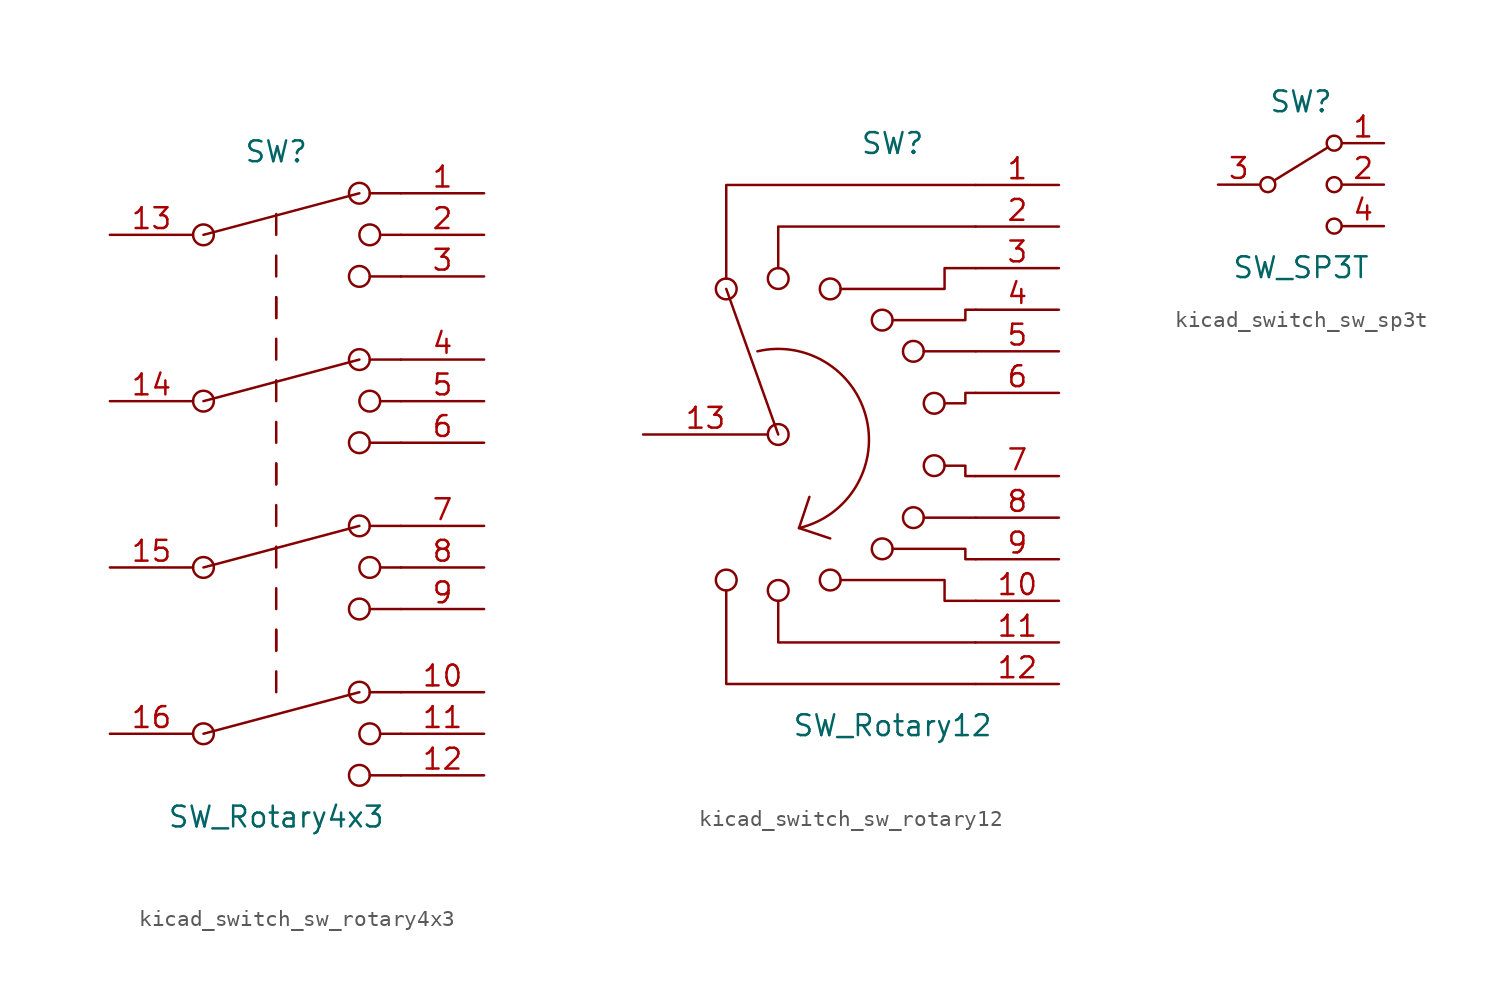
<source format=kicad_sym>
(kicad_symbol_lib
  (version 20220914)
  (generator kicad_symbol_editor)
  (symbol "kicad_switch_sw_rotary4x3"
    (pin_names
      (offset 1.016) hide)
    (property "Reference" "SW"
      (at 0 20.32 0)
      (effects (font (size 1.27 1.27))))
    (property "Value" "SW_Rotary4x3"
      (at 0 -20.32 0)
      (effects (font (size 1.27 1.27))))
    (symbol "kicad_switch_sw_rotary4x3_0_0"
      (circle (center -4.445 -15.24) (radius 0.635) (stroke (width 0) (type default)) (fill (type none)))
      (circle (center -4.445 -5.08) (radius 0.635) (stroke (width 0) (type default)) (fill (type none)))
      (circle (center -4.445 5.08) (radius 0.635) (stroke (width 0) (type default)) (fill (type none)))
      (circle (center -4.445 15.24) (radius 0.635) (stroke (width 0) (type default)) (fill (type none)))
      (polyline (pts (xy -4.445 -15.24) (xy 5.08 -12.7)) (stroke (width 0) (type default)) (fill (type none)))
      (polyline (pts (xy -4.445 -5.08) (xy 5.08 -2.54)) (stroke (width 0) (type default)) (fill (type none)))
      (polyline (pts (xy -4.445 5.08) (xy 5.08 7.62)) (stroke (width 0) (type default)) (fill (type none)))
      (polyline (pts (xy -4.445 15.24) (xy 5.08 17.78)) (stroke (width 0) (type default)) (fill (type none)))
      (polyline (pts (xy 0 -12.7) (xy 0 -11.43)) (stroke (width 0) (type default)) (fill (type none)))
      (polyline (pts (xy 0 -10.16) (xy 0 -8.89)) (stroke (width 0) (type default)) (fill (type none)))
      (polyline (pts (xy 0 -10.16) (xy 0 -8.89)) (stroke (width 0) (type default)) (fill (type none)))
      (polyline (pts (xy 0 -7.62) (xy 0 -6.35)) (stroke (width 0) (type default)) (fill (type none)))
      (polyline (pts (xy 0 -5.08) (xy 0 -3.81)) (stroke (width 0) (type default)) (fill (type none)))
      (polyline (pts (xy 0 -2.54) (xy 0 -1.27)) (stroke (width 0) (type default)) (fill (type none)))
      (polyline (pts (xy 0 0) (xy 0 1.27)) (stroke (width 0) (type default)) (fill (type none)))
      (polyline (pts (xy 0 0) (xy 0 1.27)) (stroke (width 0) (type default)) (fill (type none)))
      (polyline (pts (xy 0 2.54) (xy 0 3.81)) (stroke (width 0) (type default)) (fill (type none)))
      (polyline (pts (xy 0 5.08) (xy 0 6.35)) (stroke (width 0) (type default)) (fill (type none)))
      (polyline (pts (xy 0 7.62) (xy 0 8.89)) (stroke (width 0) (type default)) (fill (type none)))
      (polyline (pts (xy 0 10.16) (xy 0 11.43)) (stroke (width 0) (type default)) (fill (type none)))
      (polyline (pts (xy 0 10.16) (xy 0 11.43)) (stroke (width 0) (type default)) (fill (type none)))
      (polyline (pts (xy 0 12.7) (xy 0 13.97)) (stroke (width 0) (type default)) (fill (type none)))
      (polyline (pts (xy 0 15.24) (xy 0 16.51)) (stroke (width 0) (type default)) (fill (type none)))
      (polyline (pts (xy 5.715 -17.78) (xy 7.62 -17.78)) (stroke (width 0) (type default)) (fill (type none)))
      (polyline (pts (xy 5.715 -12.7) (xy 7.62 -12.7)) (stroke (width 0) (type default)) (fill (type none)))
      (polyline (pts (xy 5.715 -7.62) (xy 7.62 -7.62)) (stroke (width 0) (type default)) (fill (type none)))
      (polyline (pts (xy 5.715 -2.54) (xy 7.62 -2.54)) (stroke (width 0) (type default)) (fill (type none)))
      (polyline (pts (xy 5.715 2.54) (xy 7.62 2.54)) (stroke (width 0) (type default)) (fill (type none)))
      (polyline (pts (xy 5.715 7.62) (xy 7.62 7.62)) (stroke (width 0) (type default)) (fill (type none)))
      (polyline (pts (xy 5.715 12.7) (xy 7.62 12.7)) (stroke (width 0) (type default)) (fill (type none)))
      (polyline (pts (xy 5.715 17.78) (xy 7.62 17.78)) (stroke (width 0) (type default)) (fill (type none)))
      (polyline (pts (xy 6.35 -15.24) (xy 7.62 -15.24)) (stroke (width 0) (type default)) (fill (type none)))
      (polyline (pts (xy 6.35 -5.08) (xy 7.62 -5.08)) (stroke (width 0) (type default)) (fill (type none)))
      (polyline (pts (xy 6.35 5.08) (xy 7.62 5.08)) (stroke (width 0) (type default)) (fill (type none)))
      (polyline (pts (xy 6.35 15.24) (xy 7.62 15.24)) (stroke (width 0) (type default)) (fill (type none)))
      (circle (center 5.08 -17.78) (radius 0.635) (stroke (width 0) (type default)) (fill (type none)))
      (circle (center 5.08 -12.7) (radius 0.635) (stroke (width 0) (type default)) (fill (type none)))
      (circle (center 5.08 -7.62) (radius 0.635) (stroke (width 0) (type default)) (fill (type none)))
      (circle (center 5.08 -2.54) (radius 0.635) (stroke (width 0) (type default)) (fill (type none)))
      (circle (center 5.08 2.54) (radius 0.635) (stroke (width 0) (type default)) (fill (type none)))
      (circle (center 5.08 7.62) (radius 0.635) (stroke (width 0) (type default)) (fill (type none)))
      (circle (center 5.08 12.7) (radius 0.635) (stroke (width 0) (type default)) (fill (type none)))
      (circle (center 5.08 17.78) (radius 0.635) (stroke (width 0) (type default)) (fill (type none)))
      (circle (center 5.715 -15.24) (radius 0.635) (stroke (width 0) (type default)) (fill (type none)))
      (circle (center 5.715 -5.08) (radius 0.635) (stroke (width 0) (type default)) (fill (type none)))
      (circle (center 5.715 5.08) (radius 0.635) (stroke (width 0) (type default)) (fill (type none)))
      (circle (center 5.715 15.24) (radius 0.635) (stroke (width 0) (type default)) (fill (type none))))
    (symbol "kicad_switch_sw_rotary4x3_0_1"
      (pin passive line (at 12.7 17.78 180) (length 5.08) (name "1" (effects (font (size 1.27 1.27)))) (number "1" (effects (font (size 1.27 1.27)))))
      (pin passive line (at 12.7 -12.7 180) (length 5.08) (name "10" (effects (font (size 1.27 1.27)))) (number "10" (effects (font (size 1.27 1.27)))))
      (pin passive line (at 12.7 -15.24 180) (length 5.08) (name "11" (effects (font (size 1.27 1.27)))) (number "11" (effects (font (size 1.27 1.27)))))
      (pin passive line (at 12.7 -17.78 180) (length 5.08) (name "12" (effects (font (size 1.27 1.27)))) (number "12" (effects (font (size 1.27 1.27)))))
      (pin passive line (at -10.16 15.24 0) (length 5.08) (name "13" (effects (font (size 1.27 1.27)))) (number "13" (effects (font (size 1.27 1.27)))))
      (pin passive line (at -10.16 5.08 0) (length 5.08) (name "14" (effects (font (size 1.27 1.27)))) (number "14" (effects (font (size 1.27 1.27)))))
      (pin passive line (at -10.16 -5.08 0) (length 5.08) (name "15" (effects (font (size 1.27 1.27)))) (number "15" (effects (font (size 1.27 1.27)))))
      (pin passive line (at -10.16 -15.24 0) (length 5.08) (name "16" (effects (font (size 1.27 1.27)))) (number "16" (effects (font (size 1.27 1.27)))))
      (pin passive line (at 12.7 15.24 180) (length 5.08) (name "2" (effects (font (size 1.27 1.27)))) (number "2" (effects (font (size 1.27 1.27)))))
      (pin passive line (at 12.7 12.7 180) (length 5.08) (name "3" (effects (font (size 1.27 1.27)))) (number "3" (effects (font (size 1.27 1.27)))))
      (pin passive line (at 12.7 7.62 180) (length 5.08) (name "4" (effects (font (size 1.27 1.27)))) (number "4" (effects (font (size 1.27 1.27)))))
      (pin passive line (at 12.7 5.08 180) (length 5.08) (name "5" (effects (font (size 1.27 1.27)))) (number "5" (effects (font (size 1.27 1.27)))))
      (pin passive line (at 12.7 2.54 180) (length 5.08) (name "6" (effects (font (size 1.27 1.27)))) (number "6" (effects (font (size 1.27 1.27)))))
      (pin passive line (at 12.7 -2.54 180) (length 5.08) (name "7" (effects (font (size 1.27 1.27)))) (number "7" (effects (font (size 1.27 1.27)))))
      (pin passive line (at 12.7 -5.08 180) (length 5.08) (name "8" (effects (font (size 1.27 1.27)))) (number "8" (effects (font (size 1.27 1.27)))))
      (pin passive line (at 12.7 -7.62 180) (length 5.08) (name "9" (effects (font (size 1.27 1.27)))) (number "9" (effects (font (size 1.27 1.27)))))))
  (symbol "kicad_switch_sw_rotary12"
    (pin_names
      (offset 1.016) hide)
    (property "Reference" "SW"
      (at 0 17.78 0)
      (effects (font (size 1.27 1.27))))
    (property "Value" "SW_Rotary12"
      (at 0 -17.78 0)
      (effects (font (size 1.27 1.27))))
    (symbol "kicad_switch_sw_rotary12_0_0"
      (circle (center -10.16 -8.89) (radius 0.635) (stroke (width 0) (type default)) (fill (type none)))
      (circle (center -10.16 8.89) (radius 0.635) (stroke (width 0) (type default)) (fill (type none)))
      (circle (center -6.985 -9.525) (radius 0.635) (stroke (width 0) (type default)) (fill (type none)))
      (circle (center -6.985 0) (radius 0.635) (stroke (width 0) (type default)) (fill (type none)))
      (circle (center -6.985 9.525) (radius 0.635) (stroke (width 0) (type default)) (fill (type none)))
      (arc (start -5.715 -5.715) (mid -1.5995 0.937) (end -8.255 5.08) (stroke (width 0) (type default)) (fill (type none)))
      (circle (center -3.81 -8.89) (radius 0.635) (stroke (width 0) (type default)) (fill (type none)))
      (circle (center -3.81 8.89) (radius 0.635) (stroke (width 0) (type default)) (fill (type none)))
      (circle (center -0.635 -6.985) (radius 0.635) (stroke (width 0) (type default)) (fill (type none)))
      (circle (center -0.635 6.985) (radius 0.635) (stroke (width 0) (type default)) (fill (type none)))
      (polyline (pts (xy -6.985 0) (xy -10.16 8.89)) (stroke (width 0) (type default)) (fill (type none)))
      (polyline (pts (xy -5.715 -5.715) (xy -5.08 -3.81)) (stroke (width 0) (type default)) (fill (type none)))
      (polyline (pts (xy -5.715 -5.715) (xy -3.81 -6.35)) (stroke (width 0) (type default)) (fill (type none)))
      (polyline (pts (xy 1.905 -5.08) (xy 5.08 -5.08)) (stroke (width 0) (type default)) (fill (type none)))
      (polyline (pts (xy 1.905 5.08) (xy 5.08 5.08)) (stroke (width 0) (type default)) (fill (type none)))
      (polyline (pts (xy -10.16 -9.525) (xy -10.16 -15.24) (xy 5.08 -15.24)) (stroke (width 0) (type default)) (fill (type none)))
      (polyline (pts (xy -10.16 9.525) (xy -10.16 15.24) (xy 5.08 15.24)) (stroke (width 0) (type default)) (fill (type none)))
      (polyline (pts (xy -6.985 -10.16) (xy -6.985 -12.7) (xy 5.08 -12.7)) (stroke (width 0) (type default)) (fill (type none)))
      (polyline (pts (xy -6.985 10.16) (xy -6.985 12.7) (xy 5.08 12.7)) (stroke (width 0) (type default)) (fill (type none)))
      (polyline (pts (xy -3.175 -8.89) (xy 3.175 -8.89) (xy 3.175 -10.16) (xy 5.08 -10.16)) (stroke (width 0) (type default)) (fill (type none)))
      (polyline (pts (xy -3.175 8.89) (xy 3.175 8.89) (xy 3.175 10.16) (xy 5.08 10.16)) (stroke (width 0) (type default)) (fill (type none)))
      (polyline (pts (xy 0 -6.985) (xy 4.445 -6.985) (xy 4.445 -7.62) (xy 5.08 -7.62)) (stroke (width 0) (type default)) (fill (type none)))
      (polyline (pts (xy 0 6.985) (xy 4.445 6.985) (xy 4.445 7.62) (xy 5.08 7.62)) (stroke (width 0) (type default)) (fill (type none)))
      (polyline (pts (xy 3.175 -1.905) (xy 4.445 -1.905) (xy 4.445 -2.54) (xy 5.08 -2.54)) (stroke (width 0) (type default)) (fill (type none)))
      (polyline (pts (xy 3.175 1.905) (xy 4.445 1.905) (xy 4.445 2.54) (xy 5.08 2.54)) (stroke (width 0) (type default)) (fill (type none)))
      (circle (center 1.27 -5.08) (radius 0.635) (stroke (width 0) (type default)) (fill (type none)))
      (circle (center 1.27 5.08) (radius 0.635) (stroke (width 0) (type default)) (fill (type none)))
      (circle (center 2.54 -1.905) (radius 0.635) (stroke (width 0) (type default)) (fill (type none)))
      (circle (center 2.54 1.905) (radius 0.635) (stroke (width 0) (type default)) (fill (type none))))
    (symbol "kicad_switch_sw_rotary12_0_1"
      (pin passive line (at 10.16 15.24 180) (length 5.08) (name "1" (effects (font (size 1.27 1.27)))) (number "1" (effects (font (size 1.27 1.27)))))
      (pin passive line (at 10.16 -10.16 180) (length 5.08) (name "10" (effects (font (size 1.27 1.27)))) (number "10" (effects (font (size 1.27 1.27)))))
      (pin passive line (at 10.16 -12.7 180) (length 5.08) (name "11" (effects (font (size 1.27 1.27)))) (number "11" (effects (font (size 1.27 1.27)))))
      (pin passive line (at 10.16 -15.24 180) (length 5.08) (name "12" (effects (font (size 1.27 1.27)))) (number "12" (effects (font (size 1.27 1.27)))))
      (pin passive line (at -15.24 0 0) (length 7.62) (name "13" (effects (font (size 1.27 1.27)))) (number "13" (effects (font (size 1.27 1.27)))))
      (pin passive line (at 10.16 12.7 180) (length 5.08) (name "2" (effects (font (size 1.27 1.27)))) (number "2" (effects (font (size 1.27 1.27)))))
      (pin passive line (at 10.16 10.16 180) (length 5.08) (name "3" (effects (font (size 1.27 1.27)))) (number "3" (effects (font (size 1.27 1.27)))))
      (pin passive line (at 10.16 7.62 180) (length 5.08) (name "4" (effects (font (size 1.27 1.27)))) (number "4" (effects (font (size 1.27 1.27)))))
      (pin passive line (at 10.16 5.08 180) (length 5.08) (name "5" (effects (font (size 1.27 1.27)))) (number "5" (effects (font (size 1.27 1.27)))))
      (pin passive line (at 10.16 2.54 180) (length 5.08) (name "6" (effects (font (size 1.27 1.27)))) (number "6" (effects (font (size 1.27 1.27)))))
      (pin passive line (at 10.16 -2.54 180) (length 5.08) (name "7" (effects (font (size 1.27 1.27)))) (number "7" (effects (font (size 1.27 1.27)))))
      (pin passive line (at 10.16 -5.08 180) (length 5.08) (name "8" (effects (font (size 1.27 1.27)))) (number "8" (effects (font (size 1.27 1.27)))))
      (pin passive line (at 10.16 -7.62 180) (length 5.08) (name "9" (effects (font (size 1.27 1.27)))) (number "9" (effects (font (size 1.27 1.27)))))))
  (symbol "kicad_switch_sw_sp3t"
    (pin_names
      (offset 0) hide)
    (property "Reference" "SW"
      (at 0 5.08 0)
      (effects (font (size 1.27 1.27))))
    (property "Value" "SW_SP3T"
      (at 0 -5.08 0)
      (effects (font (size 1.27 1.27))))
    (symbol "kicad_switch_sw_sp3t_0_1"
      (circle (center -2.032 0) (radius 0.457) (stroke (width 0) (type default)) (fill (type none)))
      (polyline (pts (xy -1.651 0.254) (xy 1.651 2.286)) (stroke (width 0) (type default)) (fill (type none)))
      (circle (center 2.032 -2.54) (radius 0.457) (stroke (width 0) (type default)) (fill (type none)))
      (circle (center 2.032 0) (radius 0.457) (stroke (width 0) (type default)) (fill (type none)))
      (circle (center 2.032 2.54) (radius 0.457) (stroke (width 0) (type default)) (fill (type none))))
    (symbol "kicad_switch_sw_sp3t_1_1"
      (pin passive line (at 5.08 2.54 180) (length 2.54) (name "1" (effects (font (size 1.27 1.27)))) (number "1" (effects (font (size 1.27 1.27)))))
      (pin passive line (at 5.08 0 180) (length 2.54) (name "2" (effects (font (size 1.27 1.27)))) (number "2" (effects (font (size 1.27 1.27)))))
      (pin passive line (at -5.08 0 0) (length 2.54) (name "3" (effects (font (size 1.27 1.27)))) (number "3" (effects (font (size 1.27 1.27)))))
      (pin passive line (at 5.08 -2.54 180) (length 2.54) (name "4" (effects (font (size 1.27 1.27)))) (number "4" (effects (font (size 1.27 1.27))))))))
</source>
